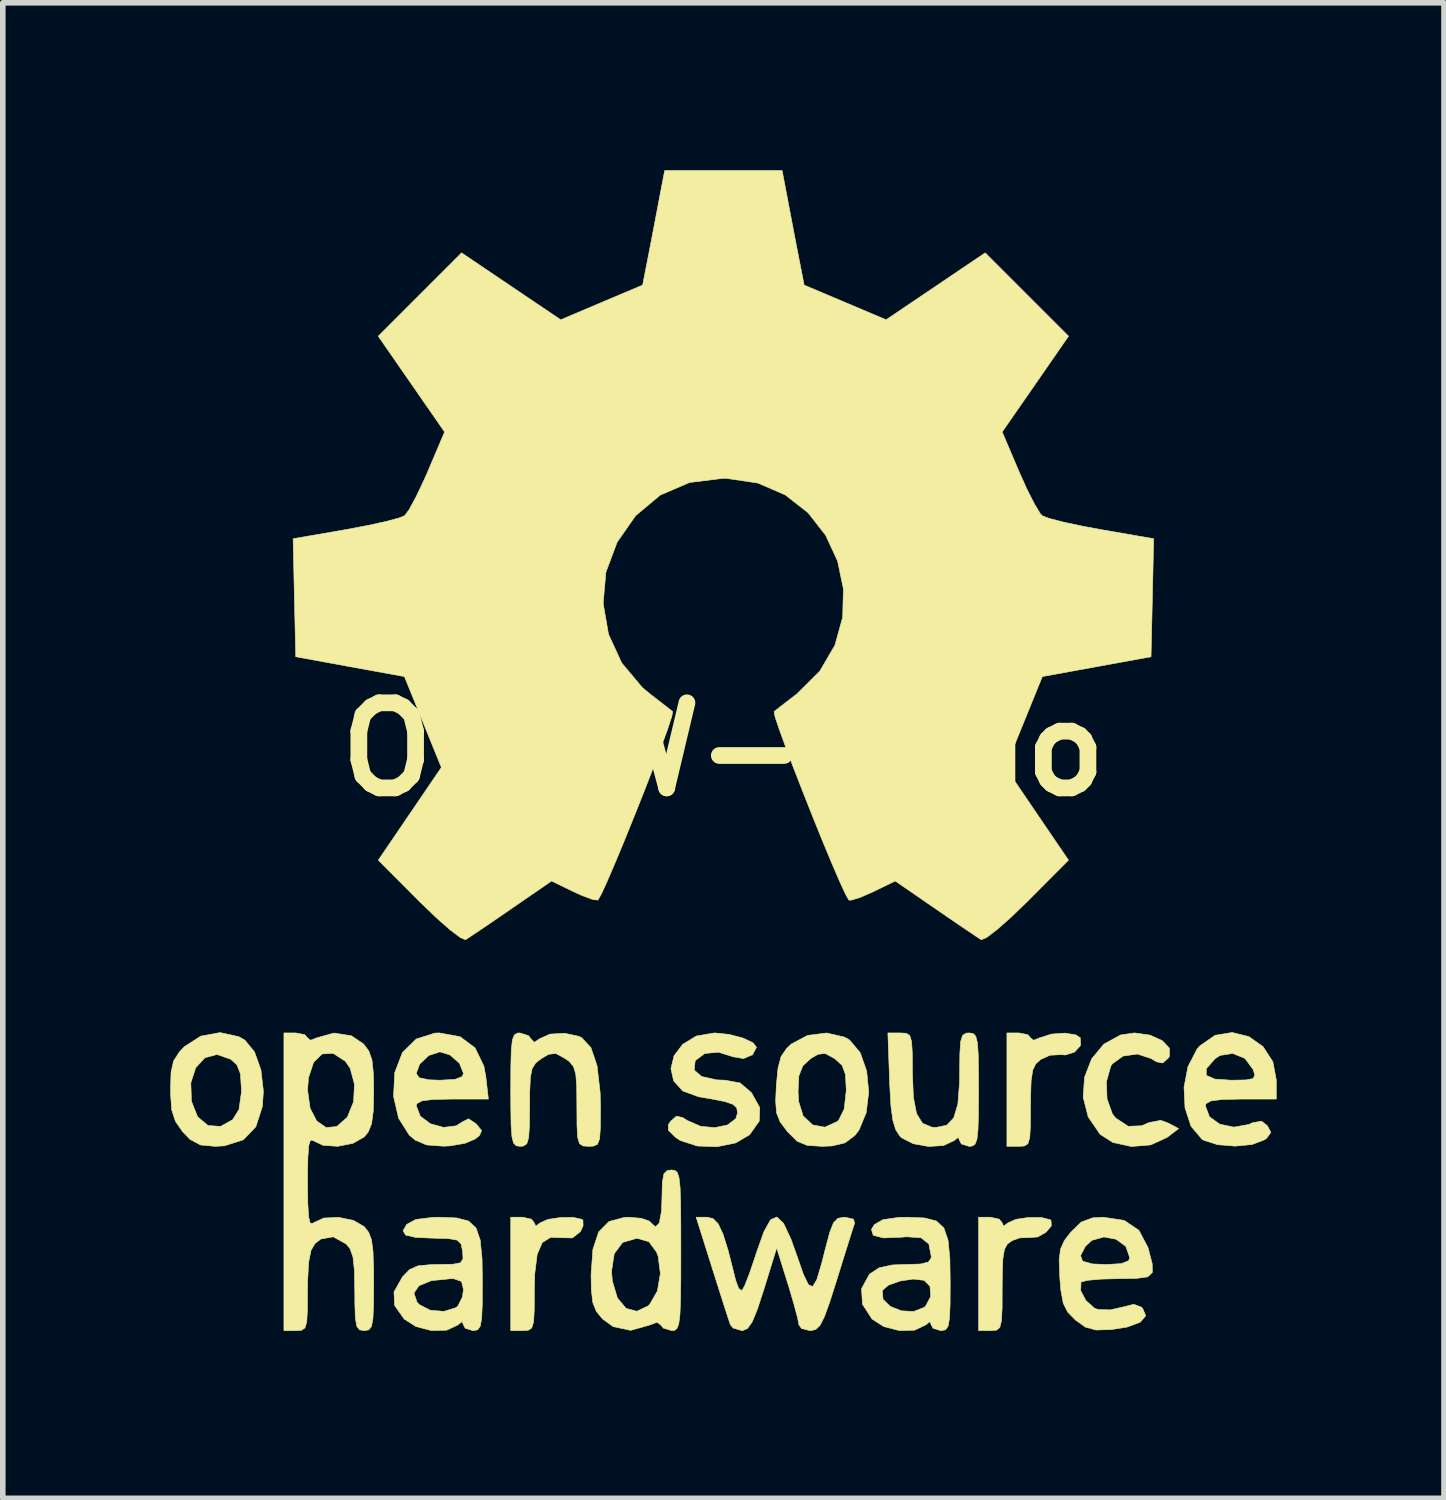
<source format=kicad_pcb>
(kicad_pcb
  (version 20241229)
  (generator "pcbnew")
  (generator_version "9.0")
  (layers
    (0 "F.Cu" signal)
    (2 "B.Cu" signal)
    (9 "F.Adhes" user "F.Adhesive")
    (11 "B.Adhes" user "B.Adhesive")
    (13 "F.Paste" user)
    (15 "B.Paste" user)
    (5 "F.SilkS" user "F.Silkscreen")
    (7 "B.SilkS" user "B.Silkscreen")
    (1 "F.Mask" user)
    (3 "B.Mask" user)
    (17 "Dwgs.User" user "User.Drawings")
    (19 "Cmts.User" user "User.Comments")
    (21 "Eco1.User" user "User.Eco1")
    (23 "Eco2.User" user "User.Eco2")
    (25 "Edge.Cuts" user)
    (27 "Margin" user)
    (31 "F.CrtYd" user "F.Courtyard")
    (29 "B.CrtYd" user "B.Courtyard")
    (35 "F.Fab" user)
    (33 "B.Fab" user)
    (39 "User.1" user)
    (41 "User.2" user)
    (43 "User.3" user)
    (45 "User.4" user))
  (footprint "OSHW-Logo"
    (layer "F.Cu")
    (at 9.911 10.377)
    (property "Reference" "OSHW-Logo" (at 0 0 0) (layer "F.SilkS") (effects (font (size 1.524 1.524) (thickness 0.3))))
    (attr through_hole)
    (fp_poly (pts (xy -3.439 8.417) (xy -3.387 8.484) (xy -3.362 8.543) (xy -3.285 8.484) (xy -3.144 8.421) (xy -2.92 8.387) (xy -2.691 8.385) (xy -2.533 8.421) (xy -2.517 8.433) (xy -2.514 8.536) (xy -2.562 8.64) (xy -2.706 8.753) (xy -2.882 8.75) (xy -3.097 8.743) (xy -3.246 8.837) (xy -3.337 9.049) (xy -3.38 9.397) (xy -3.387 9.7) (xy -3.389 10.047) (xy -3.401 10.258) (xy -3.434 10.367) (xy -3.498 10.408) (xy -3.598 10.414) (xy -3.81 10.414) (xy -3.81 8.382) (xy -3.598 8.382) (xy -3.439 8.417)) (stroke (width 0.01) (type solid)) (fill yes) (layer "F.SilkS"))
    (fp_poly (pts (xy 5.451 5.11) (xy 5.503 5.168) (xy 5.555 5.212) (xy 5.667 5.168) (xy 5.876 5.101) (xy 6.116 5.083) (xy 6.315 5.115) (xy 6.395 5.168) (xy 6.4 5.304) (xy 6.292 5.423) (xy 6.126 5.476) (xy 6.054 5.469) (xy 5.849 5.48) (xy 5.688 5.553) (xy 5.597 5.634) (xy 5.542 5.748) (xy 5.514 5.933) (xy 5.504 6.232) (xy 5.503 6.397) (xy 5.501 6.744) (xy 5.489 6.956) (xy 5.456 7.065) (xy 5.392 7.106) (xy 5.292 7.112) (xy 5.08 7.112) (xy 5.08 5.08) (xy 5.292 5.08) (xy 5.451 5.11)) (stroke (width 0.01) (type solid)) (fill yes) (layer "F.SilkS"))
    (fp_poly (pts (xy 4.943 8.417) (xy 4.995 8.484) (xy 5.02 8.543) (xy 5.097 8.484) (xy 5.241 8.42) (xy 5.467 8.386) (xy 5.698 8.387) (xy 5.856 8.427) (xy 5.87 8.439) (xy 5.876 8.537) (xy 5.779 8.652) (xy 5.633 8.735) (xy 5.507 8.746) (xy 5.31 8.752) (xy 5.173 8.801) (xy 5.088 8.862) (xy 5.035 8.96) (xy 5.007 9.131) (xy 4.997 9.412) (xy 4.995 9.655) (xy 4.994 10.015) (xy 4.982 10.238) (xy 4.953 10.357) (xy 4.895 10.405) (xy 4.801 10.414) (xy 4.784 10.414) (xy 4.572 10.414) (xy 4.572 8.382) (xy 4.784 8.382) (xy 4.943 8.417)) (stroke (width 0.01) (type solid)) (fill yes) (layer "F.SilkS"))
    (fp_poly (pts (xy 7.643 5.119) (xy 7.863 5.218) (xy 7.991 5.352) (xy 7.993 5.497) (xy 7.969 5.533) (xy 7.871 5.619) (xy 7.759 5.597) (xy 7.664 5.539) (xy 7.417 5.458) (xy 7.162 5.494) (xy 6.968 5.634) (xy 6.94 5.677) (xy 6.863 5.953) (xy 6.874 6.262) (xy 6.968 6.527) (xy 7.027 6.604) (xy 7.253 6.753) (xy 7.496 6.743) (xy 7.626 6.686) (xy 7.838 6.646) (xy 7.972 6.696) (xy 8.156 6.794) (xy 7.951 6.951) (xy 7.657 7.086) (xy 7.31 7.115) (xy 6.977 7.042) (xy 6.751 6.898) (xy 6.536 6.584) (xy 6.446 6.231) (xy 6.471 5.873) (xy 6.598 5.544) (xy 6.817 5.281) (xy 7.114 5.117) (xy 7.363 5.08) (xy 7.643 5.119)) (stroke (width 0.01) (type solid)) (fill yes) (layer "F.SilkS"))
    (fp_poly (pts (xy -8.685 5.146) (xy -8.573 5.21) (xy -8.401 5.42) (xy -8.286 5.742) (xy -8.242 6.124) (xy -8.26 6.399) (xy -8.377 6.761) (xy -8.602 6.995) (xy -8.941 7.103) (xy -9.106 7.112) (xy -9.371 7.087) (xy -9.557 6.987) (xy -9.687 6.852) (xy -9.817 6.665) (xy -9.884 6.461) (xy -9.905 6.173) (xy -9.906 6.083) (xy -9.902 5.973) (xy -9.542 5.973) (xy -9.531 6.304) (xy -9.42 6.584) (xy -9.234 6.739) (xy -9.008 6.755) (xy -8.791 6.633) (xy -8.679 6.452) (xy -8.637 6.154) (xy -8.636 6.085) (xy -8.653 5.813) (xy -8.717 5.65) (xy -8.828 5.551) (xy -9.074 5.466) (xy -9.29 5.525) (xy -9.454 5.703) (xy -9.542 5.973) (xy -9.902 5.973) (xy -9.896 5.781) (xy -9.851 5.583) (xy -9.75 5.425) (xy -9.659 5.327) (xy -9.363 5.137) (xy -9.019 5.074) (xy -8.685 5.146)) (stroke (width 0.01) (type solid)) (fill yes) (layer "F.SilkS"))
    (fp_poly (pts (xy 2.17 5.155) (xy 2.261 5.207) (xy 2.452 5.435) (xy 2.567 5.763) (xy 2.604 6.138) (xy 2.559 6.509) (xy 2.429 6.822) (xy 2.355 6.917) (xy 2.18 7.049) (xy 1.945 7.105) (xy 1.771 7.112) (xy 1.502 7.095) (xy 1.322 7.021) (xy 1.154 6.856) (xy 1.142 6.841) (xy 1.017 6.674) (xy 0.953 6.514) (xy 0.936 6.301) (xy 0.944 6.129) (xy 1.338 6.129) (xy 1.348 6.308) (xy 1.429 6.568) (xy 1.599 6.728) (xy 1.817 6.769) (xy 2.037 6.669) (xy 2.068 6.64) (xy 2.165 6.442) (xy 2.201 6.115) (xy 2.201 6.092) (xy 2.187 5.823) (xy 2.127 5.661) (xy 2 5.545) (xy 1.99 5.538) (xy 1.824 5.448) (xy 1.694 5.463) (xy 1.566 5.538) (xy 1.424 5.668) (xy 1.352 5.85) (xy 1.338 6.129) (xy 0.944 6.129) (xy 0.948 6.025) (xy 0.979 5.709) (xy 1.033 5.505) (xy 1.132 5.359) (xy 1.216 5.28) (xy 1.508 5.124) (xy 1.85 5.081) (xy 2.17 5.155)) (stroke (width 0.01) (type solid)) (fill yes) (layer "F.SilkS"))
    (fp_poly (pts (xy 9.413 5.145) (xy 9.669 5.325) (xy 9.845 5.597) (xy 9.906 5.92) (xy 9.906 6.265) (xy 9.271 6.265) (xy 8.932 6.273) (xy 8.734 6.298) (xy 8.647 6.348) (xy 8.636 6.386) (xy 8.709 6.583) (xy 8.896 6.716) (xy 9.148 6.768) (xy 9.415 6.72) (xy 9.479 6.69) (xy 9.642 6.661) (xy 9.746 6.742) (xy 9.809 6.862) (xy 9.735 6.964) (xy 9.696 6.994) (xy 9.474 7.079) (xy 9.167 7.108) (xy 8.852 7.082) (xy 8.602 7.001) (xy 8.573 6.982) (xy 8.378 6.751) (xy 8.271 6.424) (xy 8.253 6.052) (xy 8.294 5.84) (xy 8.651 5.84) (xy 8.805 5.907) (xy 9.099 5.927) (xy 9.362 5.922) (xy 9.491 5.898) (xy 9.521 5.837) (xy 9.492 5.736) (xy 9.344 5.536) (xy 9.125 5.447) (xy 8.895 5.484) (xy 8.808 5.543) (xy 8.653 5.72) (xy 8.651 5.84) (xy 8.294 5.84) (xy 8.324 5.684) (xy 8.486 5.37) (xy 8.535 5.313) (xy 8.81 5.122) (xy 9.115 5.072) (xy 9.413 5.145)) (stroke (width 0.01) (type solid)) (fill yes) (layer "F.SilkS"))
    (fp_poly (pts (xy -4.717 5.148) (xy -4.449 5.348) (xy -4.291 5.676) (xy -4.256 5.866) (xy -4.211 6.265) (xy -4.857 6.265) (xy -5.199 6.272) (xy -5.401 6.297) (xy -5.491 6.346) (xy -5.503 6.386) (xy -5.43 6.573) (xy -5.248 6.708) (xy -5.014 6.772) (xy -4.787 6.744) (xy -4.673 6.671) (xy -4.565 6.619) (xy -4.435 6.705) (xy -4.427 6.713) (xy -4.332 6.83) (xy -4.369 6.917) (xy -4.449 6.981) (xy -4.632 7.058) (xy -4.9 7.104) (xy -5.02 7.109) (xy -5.317 7.087) (xy -5.521 7.001) (xy -5.629 6.91) (xy -5.819 6.609) (xy -5.91 6.217) (xy -5.889 5.806) (xy -5.503 5.806) (xy -5.451 5.883) (xy -5.276 5.92) (xy -5.08 5.927) (xy -4.809 5.912) (xy -4.679 5.862) (xy -4.657 5.806) (xy -4.728 5.625) (xy -4.897 5.475) (xy -5.08 5.419) (xy -5.278 5.484) (xy -5.442 5.639) (xy -5.503 5.806) (xy -5.889 5.806) (xy -5.888 5.79) (xy -5.75 5.43) (xy -5.504 5.189) (xy -5.169 5.083) (xy -5.089 5.08) (xy -4.717 5.148)) (stroke (width 0.01) (type solid)) (fill yes) (layer "F.SilkS"))
    (fp_poly (pts (xy 0.101 5.106) (xy 0.35 5.171) (xy 0.531 5.257) (xy 0.593 5.337) (xy 0.522 5.471) (xy 0.36 5.539) (xy 0.18 5.509) (xy -0.088 5.425) (xy -0.333 5.448) (xy -0.499 5.571) (xy -0.506 5.584) (xy -0.523 5.746) (xy -0.39 5.861) (xy -0.12 5.921) (xy 0.031 5.927) (xy 0.3 5.977) (xy 0.502 6.15) (xy 0.652 6.419) (xy 0.642 6.661) (xy 0.47 6.904) (xy 0.47 6.904) (xy 0.219 7.051) (xy -0.116 7.119) (xy -0.468 7.106) (xy -0.772 7.008) (xy -0.856 6.952) (xy -0.985 6.824) (xy -0.986 6.722) (xy -0.941 6.658) (xy -0.839 6.57) (xy -0.726 6.598) (xy -0.649 6.648) (xy -0.412 6.752) (xy -0.155 6.777) (xy 0.074 6.729) (xy 0.223 6.616) (xy 0.254 6.512) (xy 0.239 6.423) (xy 0.173 6.36) (xy 0.023 6.309) (xy -0.245 6.257) (xy -0.443 6.224) (xy -0.728 6.12) (xy -0.891 5.94) (xy -0.94 5.719) (xy -0.884 5.489) (xy -0.729 5.284) (xy -0.486 5.136) (xy -0.162 5.08) (xy 0.101 5.106)) (stroke (width 0.01) (type solid)) (fill yes) (layer "F.SilkS"))
    (fp_poly (pts (xy 3.274 5.086) (xy 3.339 5.126) (xy 3.372 5.234) (xy 3.385 5.443) (xy 3.387 5.787) (xy 3.387 5.794) (xy 3.404 6.232) (xy 3.461 6.526) (xy 3.567 6.698) (xy 3.733 6.768) (xy 3.81 6.773) (xy 4 6.734) (xy 4.127 6.602) (xy 4.201 6.356) (xy 4.231 5.973) (xy 4.233 5.794) (xy 4.237 5.445) (xy 4.251 5.233) (xy 4.286 5.124) (xy 4.348 5.084) (xy 4.403 5.08) (xy 4.474 5.09) (xy 4.522 5.139) (xy 4.551 5.254) (xy 4.566 5.464) (xy 4.571 5.797) (xy 4.572 6.096) (xy 4.57 6.525) (xy 4.562 6.813) (xy 4.543 6.987) (xy 4.508 7.076) (xy 4.453 7.108) (xy 4.403 7.112) (xy 4.265 7.07) (xy 4.233 7.01) (xy 4.208 6.951) (xy 4.132 7.01) (xy 3.943 7.098) (xy 3.676 7.114) (xy 3.401 7.065) (xy 3.19 6.957) (xy 3.167 6.934) (xy 3.088 6.815) (xy 3.035 6.642) (xy 3.001 6.378) (xy 2.979 5.987) (xy 2.977 5.918) (xy 2.947 5.08) (xy 3.167 5.08) (xy 3.274 5.086)) (stroke (width 0.01) (type solid)) (fill yes) (layer "F.SilkS"))
    (fp_poly (pts (xy -3.494 5.128) (xy -3.447 5.186) (xy -3.39 5.249) (xy -3.296 5.186) (xy -3.106 5.101) (xy -2.843 5.086) (xy -2.589 5.141) (xy -2.543 5.163) (xy -2.374 5.342) (xy -2.263 5.67) (xy -2.208 6.152) (xy -2.201 6.447) (xy -2.204 6.779) (xy -2.218 6.977) (xy -2.256 7.075) (xy -2.328 7.108) (xy -2.413 7.112) (xy -2.516 7.105) (xy -2.578 7.063) (xy -2.611 6.952) (xy -2.623 6.737) (xy -2.625 6.394) (xy -2.628 6.041) (xy -2.645 5.817) (xy -2.686 5.681) (xy -2.761 5.592) (xy -2.836 5.538) (xy -3.002 5.448) (xy -3.132 5.463) (xy -3.26 5.538) (xy -3.363 5.618) (xy -3.426 5.717) (xy -3.458 5.877) (xy -3.47 6.139) (xy -3.471 6.394) (xy -3.475 6.744) (xy -3.489 6.957) (xy -3.523 7.067) (xy -3.585 7.107) (xy -3.641 7.112) (xy -3.712 7.102) (xy -3.76 7.053) (xy -3.789 6.938) (xy -3.804 6.728) (xy -3.809 6.395) (xy -3.81 6.096) (xy -3.808 5.667) (xy -3.8 5.379) (xy -3.78 5.204) (xy -3.745 5.115) (xy -3.689 5.083) (xy -3.648 5.08) (xy -3.494 5.128)) (stroke (width 0.01) (type solid)) (fill yes) (layer "F.SilkS"))
    (fp_poly (pts (xy 7.182 8.439) (xy 7.445 8.617) (xy 7.607 8.924) (xy 7.616 8.956) (xy 7.683 9.216) (xy 7.686 9.372) (xy 7.6 9.451) (xy 7.396 9.479) (xy 7.075 9.483) (xy 6.766 9.491) (xy 6.53 9.512) (xy 6.412 9.541) (xy 6.407 9.546) (xy 6.402 9.699) (xy 6.496 9.876) (xy 6.647 10.01) (xy 6.709 10.035) (xy 6.934 10.042) (xy 7.151 9.992) (xy 7.354 9.942) (xy 7.488 9.993) (xy 7.512 10.016) (xy 7.567 10.148) (xy 7.468 10.263) (xy 7.23 10.351) (xy 6.955 10.394) (xy 6.678 10.403) (xy 6.485 10.351) (xy 6.307 10.223) (xy 6.169 10.082) (xy 6.089 9.922) (xy 6.046 9.687) (xy 6.028 9.469) (xy 6.016 9.159) (xy 6.026 9.07) (xy 6.399 9.07) (xy 6.436 9.17) (xy 6.612 9.219) (xy 6.863 9.229) (xy 7.132 9.213) (xy 7.26 9.162) (xy 7.281 9.108) (xy 7.211 8.906) (xy 7.038 8.777) (xy 6.816 8.736) (xy 6.6 8.797) (xy 6.485 8.904) (xy 6.399 9.07) (xy 6.026 9.07) (xy 6.039 8.956) (xy 6.11 8.799) (xy 6.222 8.653) (xy 6.411 8.469) (xy 6.614 8.393) (xy 6.804 8.382) (xy 7.182 8.439)) (stroke (width 0.01) (type solid)) (fill yes) (layer "F.SilkS"))
    (fp_poly (pts (xy 3.604 8.395) (xy 3.816 8.45) (xy 3.95 8.574) (xy 4.025 8.792) (xy 4.058 9.13) (xy 4.064 9.553) (xy 4.062 9.942) (xy 4.051 10.192) (xy 4.026 10.334) (xy 3.98 10.398) (xy 3.908 10.414) (xy 3.895 10.414) (xy 3.757 10.372) (xy 3.725 10.312) (xy 3.7 10.253) (xy 3.624 10.312) (xy 3.425 10.406) (xy 3.153 10.413) (xy 2.873 10.341) (xy 2.663 10.206) (xy 2.492 9.941) (xy 2.477 9.694) (xy 2.848 9.694) (xy 2.86 9.853) (xy 2.99 9.98) (xy 3.19 10.059) (xy 3.409 10.071) (xy 3.597 9.998) (xy 3.624 9.974) (xy 3.715 9.801) (xy 3.702 9.621) (xy 3.598 9.513) (xy 3.403 9.49) (xy 3.166 9.525) (xy 2.957 9.599) (xy 2.848 9.694) (xy 2.477 9.694) (xy 2.475 9.663) (xy 2.612 9.411) (xy 2.625 9.398) (xy 2.788 9.289) (xy 3.026 9.237) (xy 3.26 9.229) (xy 3.532 9.22) (xy 3.673 9.185) (xy 3.722 9.113) (xy 3.724 9.081) (xy 3.681 8.861) (xy 3.541 8.75) (xy 3.279 8.732) (xy 3.192 8.74) (xy 2.866 8.753) (xy 2.684 8.705) (xy 2.653 8.6) (xy 2.704 8.515) (xy 2.858 8.426) (xy 3.143 8.385) (xy 3.299 8.382) (xy 3.604 8.395)) (stroke (width 0.01) (type solid)) (fill yes) (layer "F.SilkS"))
    (fp_poly (pts (xy -4.778 8.395) (xy -4.566 8.45) (xy -4.432 8.574) (xy -4.357 8.792) (xy -4.324 9.13) (xy -4.318 9.553) (xy -4.32 9.942) (xy -4.331 10.192) (xy -4.356 10.334) (xy -4.402 10.398) (xy -4.474 10.414) (xy -4.487 10.414) (xy -4.625 10.372) (xy -4.657 10.312) (xy -4.682 10.253) (xy -4.758 10.312) (xy -4.957 10.406) (xy -5.229 10.413) (xy -5.509 10.341) (xy -5.719 10.206) (xy -5.891 9.963) (xy -5.901 9.742) (xy -5.545 9.742) (xy -5.488 9.905) (xy -5.451 9.946) (xy -5.255 10.048) (xy -5.008 10.069) (xy -4.796 10.004) (xy -4.758 9.974) (xy -4.676 9.812) (xy -4.657 9.677) (xy -4.691 9.533) (xy -4.828 9.485) (xy -4.889 9.484) (xy -5.23 9.518) (xy -5.454 9.609) (xy -5.545 9.742) (xy -5.901 9.742) (xy -5.902 9.721) (xy -5.751 9.452) (xy -5.751 9.452) (xy -5.622 9.319) (xy -5.467 9.252) (xy -5.225 9.23) (xy -5.111 9.229) (xy -4.845 9.224) (xy -4.71 9.198) (xy -4.665 9.128) (xy -4.672 8.996) (xy -4.698 8.864) (xy -4.765 8.794) (xy -4.917 8.766) (xy -5.183 8.758) (xy -5.514 8.744) (xy -5.694 8.702) (xy -5.739 8.624) (xy -5.674 8.511) (xy -5.511 8.422) (xy -5.204 8.384) (xy -5.083 8.382) (xy -4.778 8.395)) (stroke (width 0.01) (type solid)) (fill yes) (layer "F.SilkS"))
    (fp_poly (pts (xy -0.87 7.543) (xy -0.825 7.581) (xy -0.795 7.674) (xy -0.776 7.845) (xy -0.766 8.118) (xy -0.763 8.516) (xy -0.762 8.975) (xy -0.763 9.5) (xy -0.768 9.879) (xy -0.779 10.136) (xy -0.8 10.294) (xy -0.832 10.377) (xy -0.878 10.41) (xy -0.924 10.414) (xy -1.074 10.37) (xy -1.119 10.317) (xy -1.185 10.263) (xy -1.332 10.317) (xy -1.661 10.409) (xy -1.975 10.342) (xy -2.163 10.206) (xy -2.276 10.07) (xy -2.339 9.914) (xy -2.366 9.683) (xy -2.371 9.413) (xy -2.366 9.35) (xy -2.004 9.35) (xy -1.99 9.525) (xy -1.899 9.829) (xy -1.744 10.015) (xy -1.552 10.067) (xy -1.347 9.97) (xy -1.322 9.946) (xy -1.183 9.705) (xy -1.129 9.391) (xy -1.169 9.081) (xy -1.2 9.003) (xy -1.334 8.821) (xy -1.533 8.764) (xy -1.565 8.763) (xy -1.806 8.834) (xy -1.956 9.036) (xy -2.004 9.35) (xy -2.366 9.35) (xy -2.338 8.957) (xy -2.234 8.644) (xy -2.049 8.458) (xy -1.772 8.385) (xy -1.692 8.382) (xy -1.469 8.402) (xy -1.327 8.452) (xy -1.312 8.467) (xy -1.217 8.556) (xy -1.148 8.486) (xy -1.108 8.265) (xy -1.101 8.043) (xy -1.094 7.76) (xy -1.067 7.606) (xy -1.006 7.545) (xy -0.931 7.535) (xy -0.87 7.543)) (stroke (width 0.01) (type solid)) (fill yes) (layer "F.SilkS"))
    (fp_poly (pts (xy 1.078 8.492) (xy 1.21 8.772) (xy 1.316 9.069) (xy 1.434 9.407) (xy 1.525 9.593) (xy 1.601 9.624) (xy 1.675 9.497) (xy 1.761 9.209) (xy 1.825 8.956) (xy 1.905 8.653) (xy 1.974 8.48) (xy 2.053 8.401) (xy 2.165 8.382) (xy 2.177 8.382) (xy 2.332 8.416) (xy 2.351 8.488) (xy 2.312 8.608) (xy 2.235 8.852) (xy 2.131 9.183) (xy 2.032 9.504) (xy 1.905 9.902) (xy 1.81 10.164) (xy 1.732 10.319) (xy 1.656 10.393) (xy 1.568 10.414) (xy 1.552 10.414) (xy 1.399 10.375) (xy 1.353 10.308) (xy 1.328 10.181) (xy 1.264 9.94) (xy 1.174 9.633) (xy 1.153 9.567) (xy 0.955 8.932) (xy 0.726 9.673) (xy 0.608 10.035) (xy 0.515 10.26) (xy 0.431 10.377) (xy 0.343 10.414) (xy 0.331 10.414) (xy 0.175 10.367) (xy 0.125 10.308) (xy 0.085 10.188) (xy 0.006 9.944) (xy -0.099 9.613) (xy -0.201 9.292) (xy -0.488 8.382) (xy -0.289 8.382) (xy -0.184 8.407) (xy -0.094 8.499) (xy -0.008 8.681) (xy 0.085 8.978) (xy 0.196 9.414) (xy 0.217 9.503) (xy 0.274 9.658) (xy 0.331 9.699) (xy 0.383 9.606) (xy 0.466 9.393) (xy 0.566 9.1) (xy 0.591 9.022) (xy 0.725 8.643) (xy 0.845 8.428) (xy 0.959 8.377) (xy 1.078 8.492)) (stroke (width 0.01) (type solid)) (fill yes) (layer "F.SilkS"))
    (fp_poly (pts (xy -7.503 5.11) (xy -7.451 5.168) (xy -7.399 5.212) (xy -7.287 5.168) (xy -6.976 5.082) (xy -6.667 5.131) (xy -6.449 5.276) (xy -6.352 5.405) (xy -6.296 5.567) (xy -6.271 5.809) (xy -6.265 6.123) (xy -6.273 6.476) (xy -6.303 6.705) (xy -6.363 6.855) (xy -6.435 6.943) (xy -6.637 7.058) (xy -6.907 7.111) (xy -7.17 7.095) (xy -7.349 7.01) (xy -7.397 6.999) (xy -7.428 7.092) (xy -7.445 7.31) (xy -7.451 7.673) (xy -7.451 7.747) (xy -7.446 8.136) (xy -7.431 8.376) (xy -7.403 8.488) (xy -7.358 8.492) (xy -7.349 8.484) (xy -7.161 8.397) (xy -6.897 8.384) (xy -6.628 8.439) (xy -6.435 8.551) (xy -6.356 8.652) (xy -6.305 8.786) (xy -6.278 8.992) (xy -6.267 9.307) (xy -6.265 9.567) (xy -6.268 9.953) (xy -6.279 10.199) (xy -6.305 10.338) (xy -6.352 10.399) (xy -6.426 10.414) (xy -6.435 10.414) (xy -6.518 10.4) (xy -6.568 10.337) (xy -6.594 10.191) (xy -6.603 9.929) (xy -6.604 9.707) (xy -6.611 9.338) (xy -6.636 9.098) (xy -6.688 8.948) (xy -6.759 8.861) (xy -6.991 8.733) (xy -7.214 8.773) (xy -7.318 8.854) (xy -7.389 8.976) (xy -7.431 9.188) (xy -7.449 9.524) (xy -7.451 9.7) (xy -7.453 10.047) (xy -7.465 10.258) (xy -7.498 10.367) (xy -7.562 10.408) (xy -7.662 10.414) (xy -7.874 10.414) (xy -7.874 6.103) (xy -7.451 6.103) (xy -7.405 6.43) (xy -7.286 6.659) (xy -7.118 6.775) (xy -6.929 6.758) (xy -6.742 6.594) (xy -6.736 6.585) (xy -6.626 6.314) (xy -6.61 6) (xy -6.686 5.715) (xy -6.773 5.588) (xy -6.993 5.445) (xy -7.19 5.457) (xy -7.343 5.608) (xy -7.434 5.884) (xy -7.451 6.103) (xy -7.874 6.103) (xy -7.874 5.08) (xy -7.662 5.08) (xy -7.503 5.11)) (stroke (width 0.01) (type solid)) (fill yes) (layer "F.SilkS"))
    (fp_poly (pts (xy 1.165 -9.779) (xy 1.237 -9.4) (xy 1.311 -9.013) (xy 1.362 -8.753) (xy 1.447 -8.319) (xy 2.181 -8.009) (xy 2.915 -7.698) (xy 4.691 -8.897) (xy 6.184 -7.404) (xy 5.59 -6.546) (xy 4.995 -5.688) (xy 5.295 -4.982) (xy 5.441 -4.657) (xy 5.577 -4.39) (xy 5.68 -4.221) (xy 5.71 -4.188) (xy 5.836 -4.139) (xy 6.09 -4.073) (xy 6.434 -4) (xy 6.767 -3.938) (xy 7.709 -3.775) (xy 7.686 -2.717) (xy 7.662 -1.66) (xy 5.715 -1.305) (xy 5.384 -0.491) (xy 5.053 0.323) (xy 5.618 1.154) (xy 6.183 1.984) (xy 5.447 2.723) (xy 5.159 3.002) (xy 4.908 3.224) (xy 4.721 3.367) (xy 4.623 3.411) (xy 4.62 3.41) (xy 4.516 3.342) (xy 4.306 3.2) (xy 4.025 3.009) (xy 3.804 2.857) (xy 3.079 2.358) (xy 2.684 2.55) (xy 2.454 2.651) (xy 2.293 2.701) (xy 2.248 2.7) (xy 2.189 2.595) (xy 2.083 2.366) (xy 1.943 2.041) (xy 1.779 1.647) (xy 1.603 1.212) (xy 1.426 0.765) (xy 1.258 0.334) (xy 1.112 -0.054) (xy 0.997 -0.37) (xy 0.925 -0.587) (xy 0.908 -0.677) (xy 0.908 -0.677) (xy 1.009 -0.757) (xy 1.194 -0.9) (xy 1.317 -0.995) (xy 1.728 -1.403) (xy 1.999 -1.868) (xy 2.137 -2.368) (xy 2.15 -2.878) (xy 2.046 -3.375) (xy 1.832 -3.837) (xy 1.518 -4.239) (xy 1.11 -4.559) (xy 0.618 -4.772) (xy 0.047 -4.857) (xy 0 -4.857) (xy -0.606 -4.782) (xy -1.131 -4.557) (xy -1.573 -4.187) (xy -1.903 -3.714) (xy -2.105 -3.176) (xy -2.154 -2.615) (xy -2.058 -2.062) (xy -1.822 -1.549) (xy -1.453 -1.109) (xy -1.317 -0.995) (xy -1.107 -0.833) (xy -0.952 -0.712) (xy -0.908 -0.677) (xy -0.924 -0.591) (xy -0.994 -0.377) (xy -1.108 -0.063) (xy -1.254 0.323) (xy -1.421 0.754) (xy -1.599 1.201) (xy -1.775 1.636) (xy -1.939 2.031) (xy -2.08 2.359) (xy -2.186 2.591) (xy -2.248 2.699) (xy -2.248 2.7) (xy -2.341 2.69) (xy -2.534 2.618) (xy -2.684 2.55) (xy -3.079 2.358) (xy -3.804 2.857) (xy -4.115 3.071) (xy -4.379 3.25) (xy -4.56 3.371) (xy -4.62 3.41) (xy -4.711 3.373) (xy -4.893 3.236) (xy -5.14 3.019) (xy -5.427 2.743) (xy -5.447 2.723) (xy -6.183 1.984) (xy -5.618 1.154) (xy -5.053 0.323) (xy -5.384 -0.491) (xy -5.715 -1.305) (xy -6.689 -1.482) (xy -7.662 -1.66) (xy -7.686 -2.717) (xy -7.709 -3.775) (xy -6.767 -3.938) (xy -6.377 -4.011) (xy -6.045 -4.084) (xy -5.807 -4.148) (xy -5.71 -4.188) (xy -5.627 -4.302) (xy -5.503 -4.532) (xy -5.359 -4.837) (xy -5.295 -4.982) (xy -4.995 -5.688) (xy -5.59 -6.546) (xy -6.184 -7.404) (xy -5.438 -8.15) (xy -4.691 -8.897) (xy -3.803 -8.297) (xy -2.915 -7.698) (xy -2.181 -8.009) (xy -1.447 -8.319) (xy -1.362 -8.753) (xy -1.3 -9.072) (xy -1.225 -9.464) (xy -1.165 -9.779) (xy -1.052 -10.372) (xy 1.052 -10.372) (xy 1.165 -9.779)) (stroke (width 0.01) (type solid)) (fill yes) (layer "F.SilkS")))
  (gr_rect
    (start -3 -3)
    (end 22.822 23.796)
    (stroke (width 0.1) (type default))
    (fill no)
    (layer "Edge.Cuts")))
</source>
